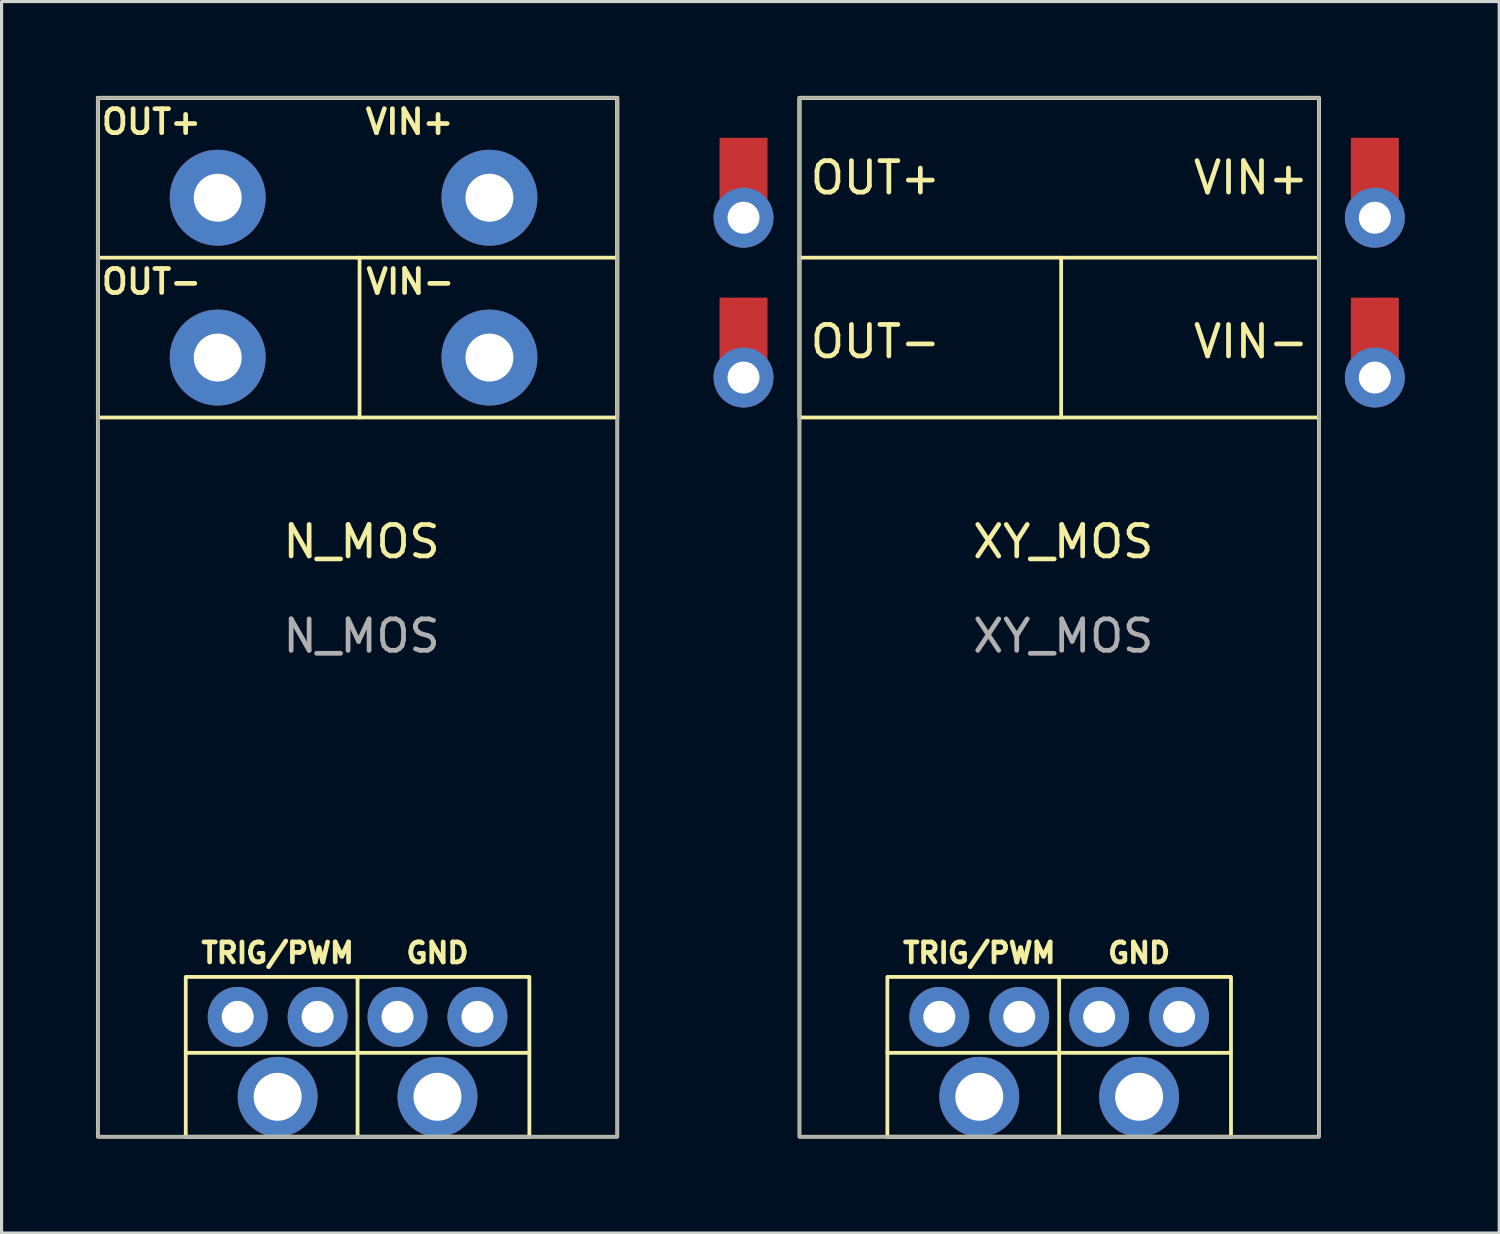
<source format=kicad_pcb>
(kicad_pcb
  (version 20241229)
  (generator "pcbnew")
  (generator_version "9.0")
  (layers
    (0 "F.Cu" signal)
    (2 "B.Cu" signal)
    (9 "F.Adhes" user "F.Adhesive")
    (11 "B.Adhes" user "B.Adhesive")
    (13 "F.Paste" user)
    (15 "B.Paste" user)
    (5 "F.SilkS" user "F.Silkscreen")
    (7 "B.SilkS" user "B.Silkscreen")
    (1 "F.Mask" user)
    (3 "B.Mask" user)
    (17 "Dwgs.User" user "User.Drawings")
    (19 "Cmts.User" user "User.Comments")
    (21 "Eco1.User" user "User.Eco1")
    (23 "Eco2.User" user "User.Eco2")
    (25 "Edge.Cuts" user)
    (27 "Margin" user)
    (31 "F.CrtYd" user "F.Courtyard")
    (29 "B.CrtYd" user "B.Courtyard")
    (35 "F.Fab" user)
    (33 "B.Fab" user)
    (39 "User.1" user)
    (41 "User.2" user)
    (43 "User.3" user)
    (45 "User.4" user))
  (footprint "N_MOS"
    (layer "F.Cu")
    (at 8.442 14.665)
    (property "Reference" "N_MOS" (at 0 -0.5 0) (unlocked yes) (layer "F.SilkS") (effects (font (size 1 1) (thickness 0.15))))
    (attr smd)
    (fp_line (start -8.382 -9.525) (end 8.128 -9.525) (stroke (width 0.12) (type solid)) (layer "F.SilkS"))
    (fp_line (start -5.588 15.748) (end 5.334 15.748) (stroke (width 0.12) (type solid)) (layer "F.SilkS"))
    (fp_line (start -0.127 13.335) (end -0.127 18.415) (stroke (width 0.12) (type solid)) (layer "F.SilkS"))
    (fp_line (start -0.064 -9.525) (end -0.064 -4.445) (stroke (width 0.12) (type solid)) (layer "F.SilkS"))
    (fp_rect (start -8.382 -14.605) (end 8.128 -4.445) (stroke (width 0.12) (type solid)) (fill no) (layer "F.SilkS"))
    (fp_rect (start -8.382 -14.605) (end 8.128 18.415) (stroke (width 0.12) (type solid)) (fill no) (layer "F.SilkS"))
    (fp_rect (start -5.588 13.335) (end 5.334 18.415) (stroke (width 0.12) (type solid)) (fill no) (layer "F.SilkS"))
    (fp_rect (start -8.382 -14.605) (end 8.128 18.415) (stroke (width 0.1) (type solid)) (fill no) (layer "F.Fab"))
    (fp_text user "VIN+" (at 1.524 -13.843 0) (unlocked yes) (layer "F.SilkS") (effects (font (size 0.762 0.762) (thickness 0.15))))
    (fp_text user "TRIG/PWM" (at -2.667 12.573 0) (unlocked yes) (layer "F.SilkS") (effects (font (size 0.635 0.635) (thickness 0.15))))
    (fp_text user "VIN-" (at 1.549 -8.763 0) (unlocked yes) (layer "F.SilkS") (effects (font (size 0.762 0.762) (thickness 0.15))))
    (fp_text user "GND" (at 2.413 12.573 0) (unlocked yes) (layer "F.SilkS") (effects (font (size 0.635 0.635) (thickness 0.15))))
    (fp_text user "OUT-" (at -6.68 -8.763 0) (unlocked yes) (layer "F.SilkS") (effects (font (size 0.762 0.762) (thickness 0.15))))
    (fp_text user "OUT+" (at -6.68 -13.843 0) (unlocked yes) (layer "F.SilkS") (effects (font (size 0.762 0.762) (thickness 0.15))))
    (fp_text user "${REFERENCE}" (at 0 2.5 0) (unlocked yes) (layer "F.Fab") (effects (font (size 1 1) (thickness 0.15))))
    (pad "1" thru_hole oval (at 1.143 14.605) (size 1.905 1.905) (drill 1.016) (layers "*.Cu" "*.Mask"))
    (pad "1" thru_hole oval (at 2.413 17.145) (size 2.54 2.54) (drill 1.524) (layers "*.Cu" "*.Mask"))
    (pad "1" thru_hole oval (at 3.683 14.605) (size 1.905 1.905) (drill 1.016) (layers "*.Cu" "*.Mask"))
    (pad "2" thru_hole oval (at -3.937 14.605) (size 1.905 1.905) (drill 1.016) (layers "*.Cu" "*.Mask"))
    (pad "2" thru_hole oval (at -2.667 17.145) (size 2.54 2.54) (drill 1.524) (layers "*.Cu" "*.Mask"))
    (pad "2" thru_hole oval (at -1.397 14.605) (size 1.905 1.905) (drill 1.016) (layers "*.Cu" "*.Mask"))
    (pad "3" thru_hole oval (at -4.572 -6.35) (size 3.048 3.048) (drill 1.524) (layers "*.Cu" "*.Mask"))
    (pad "4" thru_hole oval (at -4.572 -11.43) (size 3.048 3.048) (drill 1.524) (layers "*.Cu" "*.Mask"))
    (pad "5" thru_hole oval (at 4.064 -6.35) (size 3.048 3.048) (drill 1.524) (layers "*.Cu" "*.Mask"))
    (pad "6" thru_hole oval (at 4.064 -11.43) (size 3.048 3.048) (drill 1.524) (layers "*.Cu" "*.Mask")))
  (footprint "XY_MOS"
    (layer "F.Cu")
    (at 30.742 14.665)
    (property "Reference" "XY_MOS" (at 0 -0.5 0) (unlocked yes) (layer "F.SilkS") (effects (font (size 1 1) (thickness 0.15))))
    (attr smd)
    (fp_line (start -8.382 -9.525) (end 8.128 -9.525) (stroke (width 0.12) (type solid)) (layer "F.SilkS"))
    (fp_line (start -5.588 15.748) (end 5.334 15.748) (stroke (width 0.12) (type solid)) (layer "F.SilkS"))
    (fp_line (start -0.127 13.335) (end -0.127 18.415) (stroke (width 0.12) (type solid)) (layer "F.SilkS"))
    (fp_line (start -0.064 -9.525) (end -0.064 -4.445) (stroke (width 0.12) (type solid)) (layer "F.SilkS"))
    (fp_rect (start -8.382 -14.605) (end 8.128 -4.445) (stroke (width 0.12) (type solid)) (fill no) (layer "F.SilkS"))
    (fp_rect (start -8.382 -14.605) (end 8.128 18.415) (stroke (width 0.12) (type solid)) (fill no) (layer "F.SilkS"))
    (fp_rect (start -5.588 13.335) (end 5.334 18.415) (stroke (width 0.12) (type solid)) (fill no) (layer "F.SilkS"))
    (fp_rect (start -8.382 -14.605) (end 8.128 18.415) (stroke (width 0.1) (type solid)) (fill no) (layer "F.Fab"))
    (fp_text user "GND" (at 2.413 12.573 0) (unlocked yes) (layer "F.SilkS") (effects (font (size 0.635 0.635) (thickness 0.15))))
    (fp_text user "TRIG/PWM" (at -2.667 12.573 0) (unlocked yes) (layer "F.SilkS") (effects (font (size 0.635 0.635) (thickness 0.15))))
    (fp_text user "VIN-" (at 5.969 -6.858 0) (unlocked yes) (layer "F.SilkS") (effects (font (size 1 1) (thickness 0.15))))
    (fp_text user "VIN+" (at 5.969 -12.065 0) (unlocked yes) (layer "F.SilkS") (effects (font (size 1 1) (thickness 0.15))))
    (fp_text user "OUT-" (at -5.969 -6.858 0) (unlocked yes) (layer "F.SilkS") (effects (font (size 1 1) (thickness 0.15))))
    (fp_text user "OUT+" (at -5.969 -12.065 0) (unlocked yes) (layer "F.SilkS") (effects (font (size 1 1) (thickness 0.15))))
    (fp_text user "${REFERENCE}" (at 0 2.5 0) (unlocked yes) (layer "F.Fab") (effects (font (size 1 1) (thickness 0.15))))
    (pad "1" thru_hole oval (at 1.143 14.605) (size 1.905 1.905) (drill 1.016) (layers "*.Cu" "*.Mask"))
    (pad "1" thru_hole oval (at 2.413 17.145) (size 2.54 2.54) (drill 1.524) (layers "*.Cu" "*.Mask"))
    (pad "1" thru_hole oval (at 3.683 14.605) (size 1.905 1.905) (drill 1.016) (layers "*.Cu" "*.Mask"))
    (pad "2" thru_hole oval (at -3.937 14.605) (size 1.905 1.905) (drill 1.016) (layers "*.Cu" "*.Mask"))
    (pad "2" thru_hole oval (at -2.667 17.145) (size 2.54 2.54) (drill 1.524) (layers "*.Cu" "*.Mask"))
    (pad "2" thru_hole oval (at -1.397 14.605) (size 1.905 1.905) (drill 1.016) (layers "*.Cu" "*.Mask"))
    (pad "3" smd rect (at -10.16 -6.985) (size 1.524 2.54) (layers "F.Cu" "F.Mask"))
    (pad "3" thru_hole oval (at -10.16 -5.715) (size 1.905 1.905) (drill 1.016) (layers "*.Cu" "*.Mask"))
    (pad "4" smd rect (at -10.16 -12.065) (size 1.524 2.54) (layers "F.Cu" "F.Mask"))
    (pad "4" thru_hole oval (at -10.16 -10.795) (size 1.905 1.905) (drill 1.016) (layers "*.Cu" "*.Mask"))
    (pad "5" smd rect (at 9.906 -6.985) (size 1.524 2.54) (layers "F.Cu" "F.Mask"))
    (pad "5" thru_hole oval (at 9.906 -5.715) (size 1.905 1.905) (drill 1.016) (layers "*.Cu" "*.Mask"))
    (pad "6" smd rect (at 9.906 -12.065) (size 1.524 2.54) (layers "F.Cu" "F.Mask"))
    (pad "6" thru_hole oval (at 9.906 -10.795) (size 1.905 1.905) (drill 1.016) (layers "*.Cu" "*.Mask")))
  (gr_rect
    (start -3 -3)
    (end 44.601 36.14)
    (stroke (width 0.1) (type default))
    (fill no)
    (layer "Edge.Cuts")))
</source>
